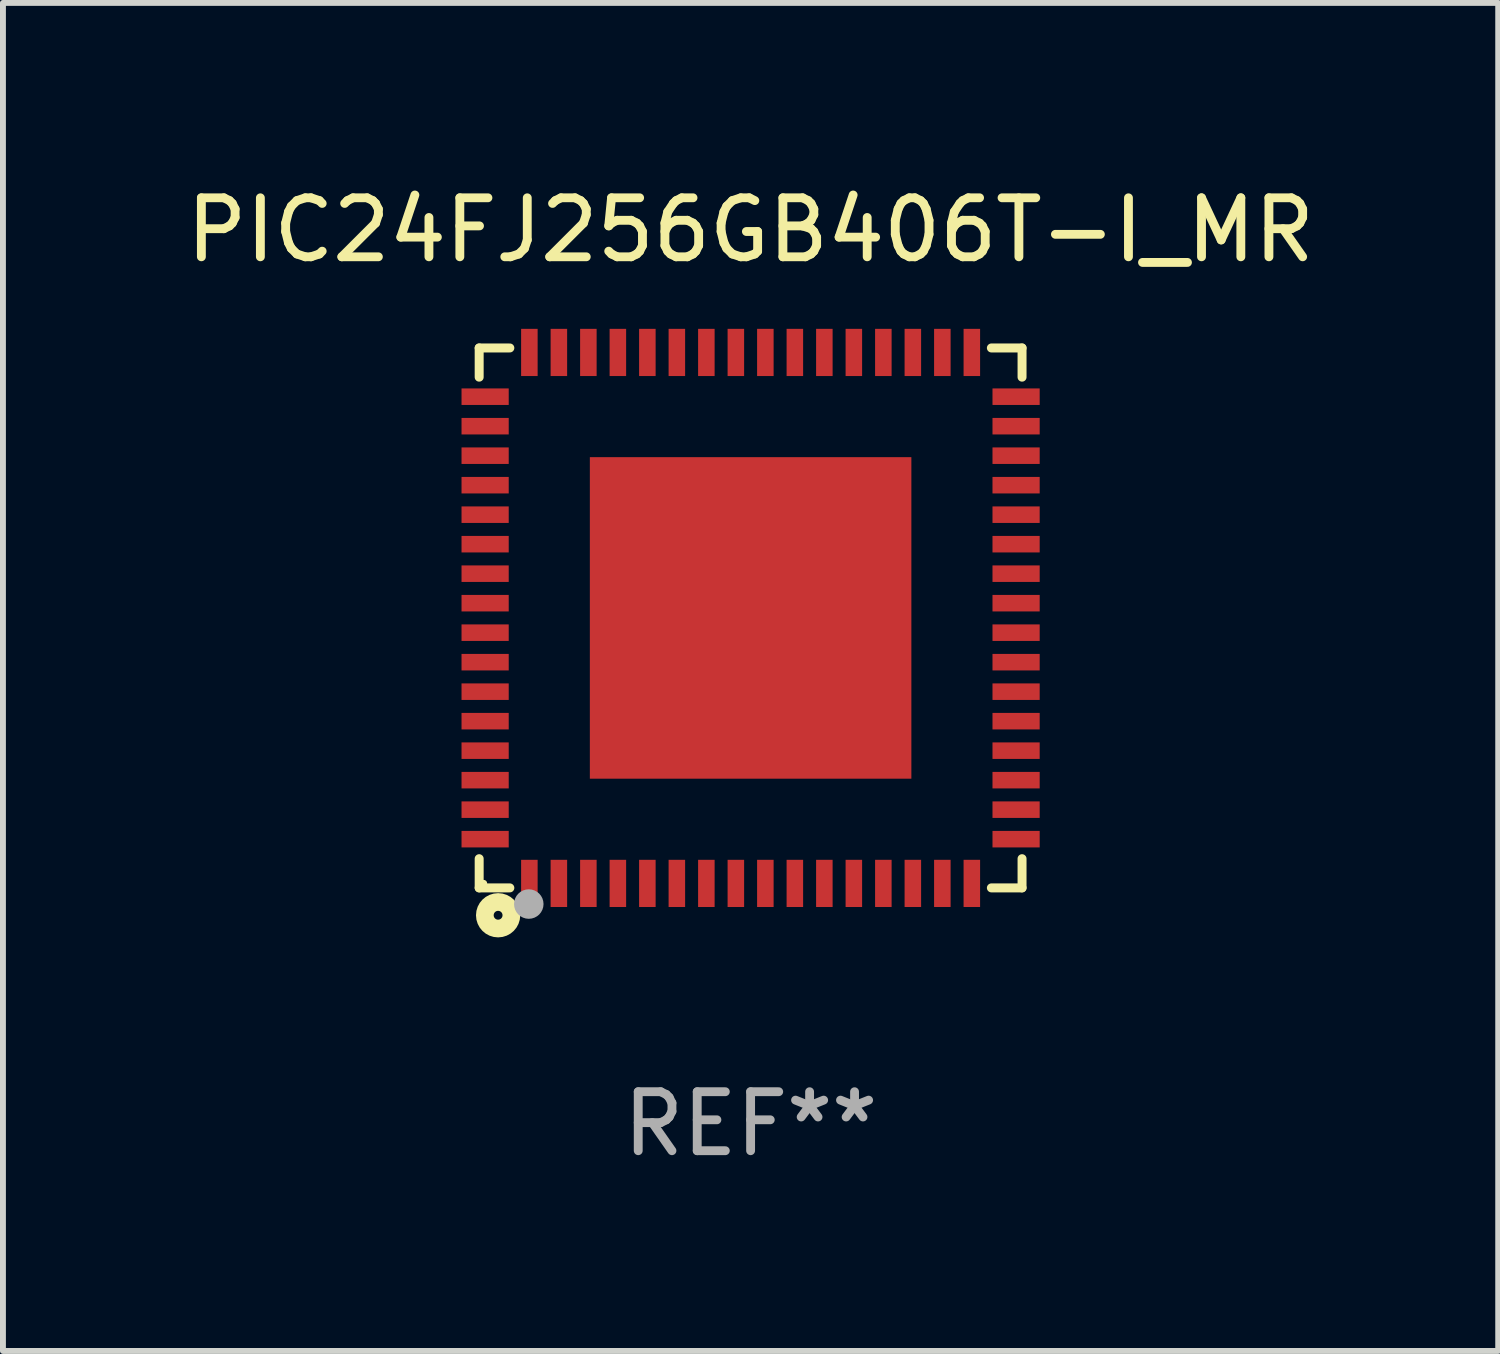
<source format=kicad_pcb>
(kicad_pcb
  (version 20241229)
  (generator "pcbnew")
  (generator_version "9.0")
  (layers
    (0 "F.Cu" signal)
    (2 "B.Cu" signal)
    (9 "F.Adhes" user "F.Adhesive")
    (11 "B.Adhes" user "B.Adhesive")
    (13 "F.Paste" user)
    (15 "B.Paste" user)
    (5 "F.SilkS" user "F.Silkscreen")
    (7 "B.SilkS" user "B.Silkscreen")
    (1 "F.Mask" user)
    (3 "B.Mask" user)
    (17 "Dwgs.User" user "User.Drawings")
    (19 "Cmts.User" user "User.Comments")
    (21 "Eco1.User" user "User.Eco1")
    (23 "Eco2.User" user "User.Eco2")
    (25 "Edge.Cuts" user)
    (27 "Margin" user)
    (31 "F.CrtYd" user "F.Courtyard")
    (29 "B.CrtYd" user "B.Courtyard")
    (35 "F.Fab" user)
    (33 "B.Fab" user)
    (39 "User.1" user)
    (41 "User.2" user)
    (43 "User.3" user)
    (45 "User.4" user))
  (footprint "PIC24FJ256GB406T-I_MR"
    (layer "F.Cu")
    (at 9.673 7.424)
    (property "Reference" "PIC24FJ256GB406T-I_MR" (at 0 -6.576 0) (layer "F.SilkS") (effects (font (size 1 1) (thickness 0.15))))
    (attr through_hole)
    (fp_line (start -4.601 -4.576) (end -4.081 -4.576) (stroke (width 0.152) (type solid)) (layer "F.SilkS"))
    (fp_line (start -4.601 -4.081) (end -4.601 -4.576) (stroke (width 0.152) (type solid)) (layer "F.SilkS"))
    (fp_line (start -4.601 4.081) (end -4.601 4.576) (stroke (width 0.152) (type solid)) (layer "F.SilkS"))
    (fp_line (start -4.601 4.576) (end -4.081 4.576) (stroke (width 0.152) (type solid)) (layer "F.SilkS"))
    (fp_line (start 4.601 -4.576) (end 4.081 -4.576) (stroke (width 0.152) (type solid)) (layer "F.SilkS"))
    (fp_line (start 4.601 -4.081) (end 4.601 -4.576) (stroke (width 0.152) (type solid)) (layer "F.SilkS"))
    (fp_line (start 4.601 4.081) (end 4.601 4.576) (stroke (width 0.152) (type solid)) (layer "F.SilkS"))
    (fp_line (start 4.601 4.576) (end 4.081 4.576) (stroke (width 0.152) (type solid)) (layer "F.SilkS"))
    (fp_circle (center -4.525 4.5) (end -4.495 4.5) (stroke (width 0.06) (type solid)) (fill no) (layer "F.SilkS"))
    (fp_circle (center -4.28 5.04) (end -4.205 5.04) (stroke (width 0.3) (type solid)) (fill no) (layer "F.SilkS"))
    (fp_circle (center -3.76 4.85) (end -3.635 4.85) (stroke (width 0.25) (type solid)) (fill no) (layer "F.Fab"))
    (fp_text user "REF**" (at 0 8.576 0) (layer "F.Fab") (effects (font (size 1 1) (thickness 0.15))))
    (pad "1" smd rect (at -3.75 4.5) (size 0.28 0.8) (layers "F.Cu" "F.Mask" "F.Paste"))
    (pad "2" smd rect (at -3.25 4.5) (size 0.28 0.8) (layers "F.Cu" "F.Mask" "F.Paste"))
    (pad "3" smd rect (at -2.75 4.5) (size 0.28 0.8) (layers "F.Cu" "F.Mask" "F.Paste"))
    (pad "4" smd rect (at -2.25 4.5) (size 0.28 0.8) (layers "F.Cu" "F.Mask" "F.Paste"))
    (pad "5" smd rect (at -1.75 4.5) (size 0.28 0.8) (layers "F.Cu" "F.Mask" "F.Paste"))
    (pad "6" smd rect (at -1.25 4.5) (size 0.28 0.8) (layers "F.Cu" "F.Mask" "F.Paste"))
    (pad "7" smd rect (at -0.75 4.5) (size 0.28 0.8) (layers "F.Cu" "F.Mask" "F.Paste"))
    (pad "8" smd rect (at -0.25 4.5) (size 0.28 0.8) (layers "F.Cu" "F.Mask" "F.Paste"))
    (pad "9" smd rect (at 0.25 4.5) (size 0.28 0.8) (layers "F.Cu" "F.Mask" "F.Paste"))
    (pad "10" smd rect (at 0.75 4.5) (size 0.28 0.8) (layers "F.Cu" "F.Mask" "F.Paste"))
    (pad "11" smd rect (at 1.25 4.5) (size 0.28 0.8) (layers "F.Cu" "F.Mask" "F.Paste"))
    (pad "12" smd rect (at 1.75 4.5) (size 0.28 0.8) (layers "F.Cu" "F.Mask" "F.Paste"))
    (pad "13" smd rect (at 2.25 4.5) (size 0.28 0.8) (layers "F.Cu" "F.Mask" "F.Paste"))
    (pad "14" smd rect (at 2.75 4.5) (size 0.28 0.8) (layers "F.Cu" "F.Mask" "F.Paste"))
    (pad "15" smd rect (at 3.25 4.5) (size 0.28 0.8) (layers "F.Cu" "F.Mask" "F.Paste"))
    (pad "16" smd rect (at 3.75 4.5) (size 0.28 0.8) (layers "F.Cu" "F.Mask" "F.Paste"))
    (pad "17" smd rect (at 4.5 3.75) (size 0.8 0.28) (layers "F.Cu" "F.Mask" "F.Paste"))
    (pad "18" smd rect (at 4.5 3.25) (size 0.8 0.28) (layers "F.Cu" "F.Mask" "F.Paste"))
    (pad "19" smd rect (at 4.5 2.75) (size 0.8 0.28) (layers "F.Cu" "F.Mask" "F.Paste"))
    (pad "20" smd rect (at 4.5 2.25) (size 0.8 0.28) (layers "F.Cu" "F.Mask" "F.Paste"))
    (pad "21" smd rect (at 4.5 1.75) (size 0.8 0.28) (layers "F.Cu" "F.Mask" "F.Paste"))
    (pad "22" smd rect (at 4.5 1.25) (size 0.8 0.28) (layers "F.Cu" "F.Mask" "F.Paste"))
    (pad "23" smd rect (at 4.5 0.75) (size 0.8 0.28) (layers "F.Cu" "F.Mask" "F.Paste"))
    (pad "24" smd rect (at 4.5 0.25) (size 0.8 0.28) (layers "F.Cu" "F.Mask" "F.Paste"))
    (pad "25" smd rect (at 4.5 -0.25) (size 0.8 0.28) (layers "F.Cu" "F.Mask" "F.Paste"))
    (pad "26" smd rect (at 4.5 -0.75) (size 0.8 0.28) (layers "F.Cu" "F.Mask" "F.Paste"))
    (pad "27" smd rect (at 4.5 -1.25) (size 0.8 0.28) (layers "F.Cu" "F.Mask" "F.Paste"))
    (pad "28" smd rect (at 4.5 -1.75) (size 0.8 0.28) (layers "F.Cu" "F.Mask" "F.Paste"))
    (pad "29" smd rect (at 4.5 -2.25) (size 0.8 0.28) (layers "F.Cu" "F.Mask" "F.Paste"))
    (pad "30" smd rect (at 4.5 -2.75) (size 0.8 0.28) (layers "F.Cu" "F.Mask" "F.Paste"))
    (pad "31" smd rect (at 4.5 -3.25) (size 0.8 0.28) (layers "F.Cu" "F.Mask" "F.Paste"))
    (pad "32" smd rect (at 4.5 -3.75) (size 0.8 0.28) (layers "F.Cu" "F.Mask" "F.Paste"))
    (pad "33" smd rect (at 3.75 -4.5) (size 0.28 0.8) (layers "F.Cu" "F.Mask" "F.Paste"))
    (pad "34" smd rect (at 3.25 -4.5) (size 0.28 0.8) (layers "F.Cu" "F.Mask" "F.Paste"))
    (pad "35" smd rect (at 2.75 -4.5) (size 0.28 0.8) (layers "F.Cu" "F.Mask" "F.Paste"))
    (pad "36" smd rect (at 2.25 -4.5) (size 0.28 0.8) (layers "F.Cu" "F.Mask" "F.Paste"))
    (pad "37" smd rect (at 1.75 -4.5) (size 0.28 0.8) (layers "F.Cu" "F.Mask" "F.Paste"))
    (pad "38" smd rect (at 1.25 -4.5) (size 0.28 0.8) (layers "F.Cu" "F.Mask" "F.Paste"))
    (pad "39" smd rect (at 0.75 -4.5) (size 0.28 0.8) (layers "F.Cu" "F.Mask" "F.Paste"))
    (pad "40" smd rect (at 0.25 -4.5) (size 0.28 0.8) (layers "F.Cu" "F.Mask" "F.Paste"))
    (pad "41" smd rect (at -0.25 -4.5) (size 0.28 0.8) (layers "F.Cu" "F.Mask" "F.Paste"))
    (pad "42" smd rect (at -0.75 -4.5) (size 0.28 0.8) (layers "F.Cu" "F.Mask" "F.Paste"))
    (pad "43" smd rect (at -1.25 -4.5) (size 0.28 0.8) (layers "F.Cu" "F.Mask" "F.Paste"))
    (pad "44" smd rect (at -1.75 -4.5) (size 0.28 0.8) (layers "F.Cu" "F.Mask" "F.Paste"))
    (pad "45" smd rect (at -2.25 -4.5) (size 0.28 0.8) (layers "F.Cu" "F.Mask" "F.Paste"))
    (pad "46" smd rect (at -2.75 -4.5) (size 0.28 0.8) (layers "F.Cu" "F.Mask" "F.Paste"))
    (pad "47" smd rect (at -3.25 -4.5) (size 0.28 0.8) (layers "F.Cu" "F.Mask" "F.Paste"))
    (pad "48" smd rect (at -3.75 -4.5) (size 0.28 0.8) (layers "F.Cu" "F.Mask" "F.Paste"))
    (pad "49" smd rect (at -4.5 -3.75) (size 0.8 0.28) (layers "F.Cu" "F.Mask" "F.Paste"))
    (pad "50" smd rect (at -4.5 -3.25) (size 0.8 0.28) (layers "F.Cu" "F.Mask" "F.Paste"))
    (pad "51" smd rect (at -4.5 -2.75) (size 0.8 0.28) (layers "F.Cu" "F.Mask" "F.Paste"))
    (pad "52" smd rect (at -4.5 -2.25) (size 0.8 0.28) (layers "F.Cu" "F.Mask" "F.Paste"))
    (pad "53" smd rect (at -4.5 -1.75) (size 0.8 0.28) (layers "F.Cu" "F.Mask" "F.Paste"))
    (pad "54" smd rect (at -4.5 -1.25) (size 0.8 0.28) (layers "F.Cu" "F.Mask" "F.Paste"))
    (pad "55" smd rect (at -4.5 -0.75) (size 0.8 0.28) (layers "F.Cu" "F.Mask" "F.Paste"))
    (pad "56" smd rect (at -4.5 -0.25) (size 0.8 0.28) (layers "F.Cu" "F.Mask" "F.Paste"))
    (pad "57" smd rect (at -4.5 0.25) (size 0.8 0.28) (layers "F.Cu" "F.Mask" "F.Paste"))
    (pad "58" smd rect (at -4.5 0.75) (size 0.8 0.28) (layers "F.Cu" "F.Mask" "F.Paste"))
    (pad "59" smd rect (at -4.5 1.25) (size 0.8 0.28) (layers "F.Cu" "F.Mask" "F.Paste"))
    (pad "60" smd rect (at -4.5 1.75) (size 0.8 0.28) (layers "F.Cu" "F.Mask" "F.Paste"))
    (pad "61" smd rect (at -4.5 2.25) (size 0.8 0.28) (layers "F.Cu" "F.Mask" "F.Paste"))
    (pad "62" smd rect (at -4.5 2.75) (size 0.8 0.28) (layers "F.Cu" "F.Mask" "F.Paste"))
    (pad "63" smd rect (at -4.5 3.25) (size 0.8 0.28) (layers "F.Cu" "F.Mask" "F.Paste"))
    (pad "64" smd rect (at -4.5 3.75) (size 0.8 0.28) (layers "F.Cu" "F.Mask" "F.Paste"))
    (pad "65" smd rect (at 0 0) (size 5.45 5.45) (layers "F.Cu" "F.Mask" "F.Paste")))
  (gr_rect
    (start -3 -3)
    (end 22.345 19.849)
    (stroke (width 0.1) (type default))
    (fill no)
    (layer "Edge.Cuts")))
</source>
